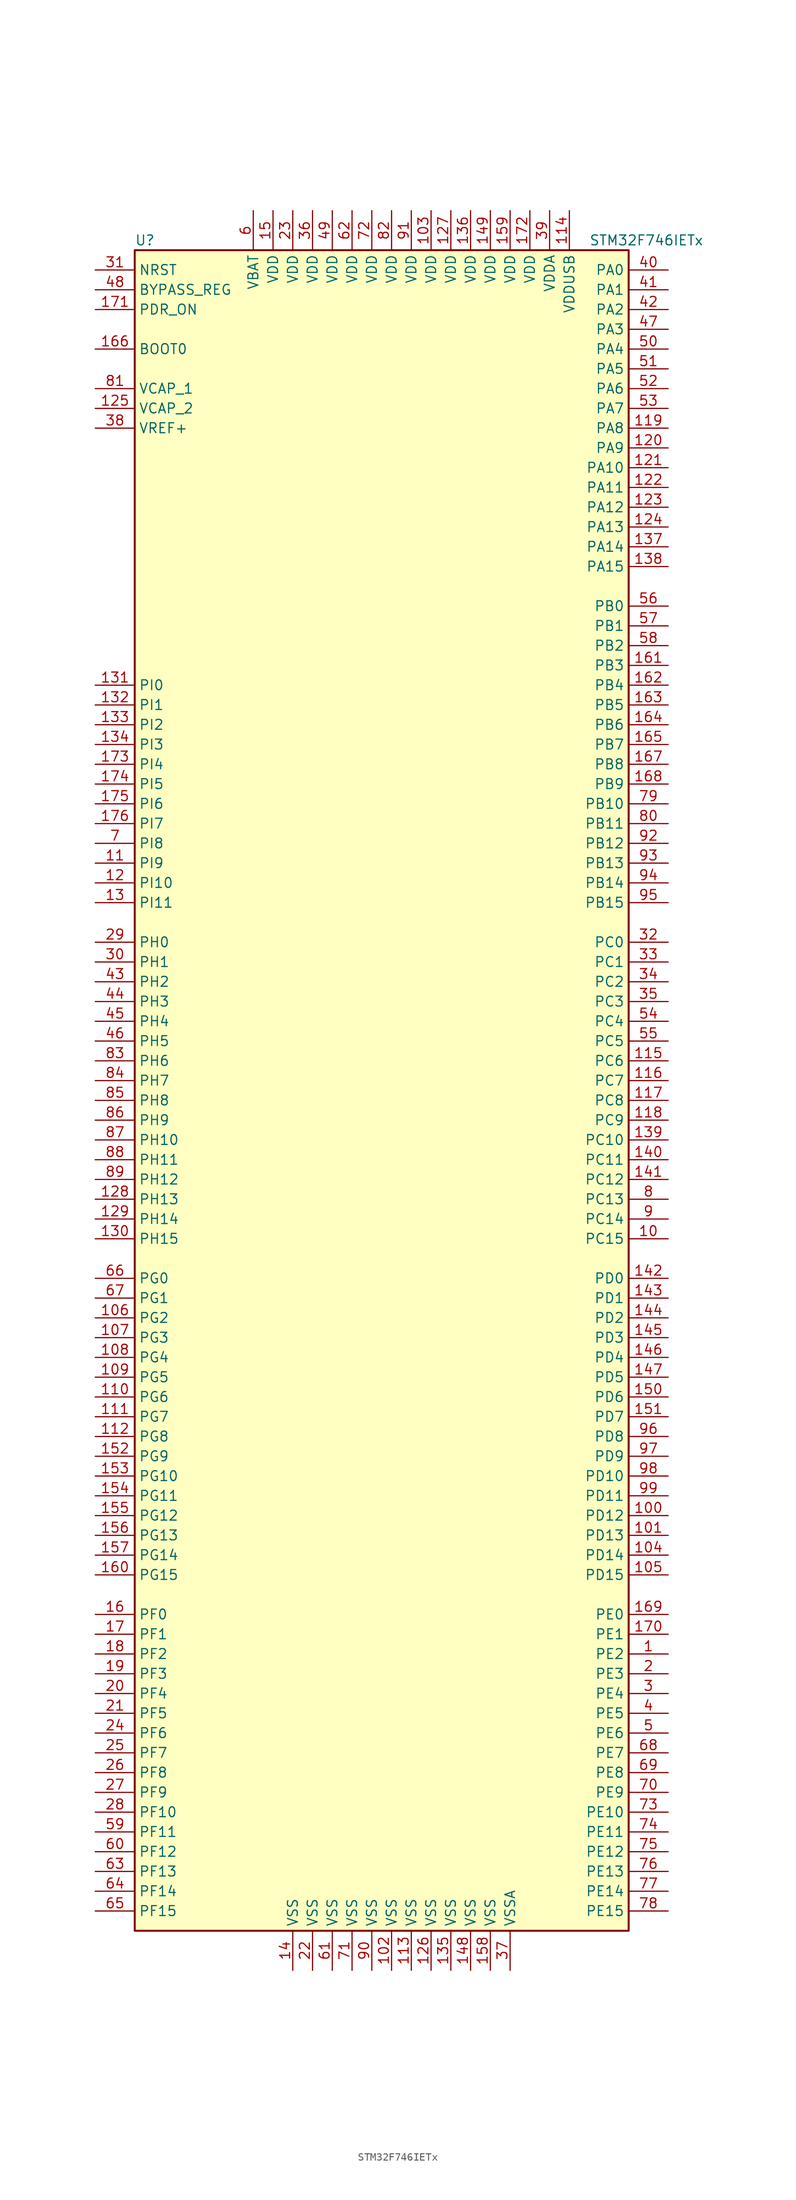
<source format=kicad_sym>
(kicad_symbol_lib
  (version 20220914)
  (generator kicad_symbol_editor)
  (symbol "STM32F746IETx"
    (property "Reference" "U"
      (at -33.02 107.95 0)
      (effects (font (size 1.27 1.27)) (justify left)))
    (property "Value" "STM32F746IETx"
      (at 25.4 107.95 0)
      (effects (font (size 1.27 1.27)) (justify left)))
    (symbol "STM32F746IETx_0_1"
      (rectangle (start -33.02 -109.22) (end 30.48 106.68) (stroke (width 0.254) (type default)) (fill (type background))))
    (symbol "STM32F746IETx_1_1"
      (pin bidirectional line (at 35.56 -73.66 180) (length 5.08) (name "PE2" (effects (font (size 1.27 1.27)))) (number "1" (effects (font (size 1.27 1.27)))))
      (pin bidirectional line (at 35.56 -20.32 180) (length 5.08) (name "PC15" (effects (font (size 1.27 1.27)))) (number "10" (effects (font (size 1.27 1.27)))))
      (pin bidirectional line (at 35.56 -55.88 180) (length 5.08) (name "PD12" (effects (font (size 1.27 1.27)))) (number "100" (effects (font (size 1.27 1.27)))))
      (pin bidirectional line (at 35.56 -58.42 180) (length 5.08) (name "PD13" (effects (font (size 1.27 1.27)))) (number "101" (effects (font (size 1.27 1.27)))))
      (pin power_in line (at 0 -114.3 90) (length 5.08) (name "VSS" (effects (font (size 1.27 1.27)))) (number "102" (effects (font (size 1.27 1.27)))))
      (pin power_in line (at 5.08 111.76 270) (length 5.08) (name "VDD" (effects (font (size 1.27 1.27)))) (number "103" (effects (font (size 1.27 1.27)))))
      (pin bidirectional line (at 35.56 -60.96 180) (length 5.08) (name "PD14" (effects (font (size 1.27 1.27)))) (number "104" (effects (font (size 1.27 1.27)))))
      (pin bidirectional line (at 35.56 -63.5 180) (length 5.08) (name "PD15" (effects (font (size 1.27 1.27)))) (number "105" (effects (font (size 1.27 1.27)))))
      (pin bidirectional line (at -38.1 -30.48 0) (length 5.08) (name "PG2" (effects (font (size 1.27 1.27)))) (number "106" (effects (font (size 1.27 1.27)))))
      (pin bidirectional line (at -38.1 -33.02 0) (length 5.08) (name "PG3" (effects (font (size 1.27 1.27)))) (number "107" (effects (font (size 1.27 1.27)))))
      (pin bidirectional line (at -38.1 -35.56 0) (length 5.08) (name "PG4" (effects (font (size 1.27 1.27)))) (number "108" (effects (font (size 1.27 1.27)))))
      (pin bidirectional line (at -38.1 -38.1 0) (length 5.08) (name "PG5" (effects (font (size 1.27 1.27)))) (number "109" (effects (font (size 1.27 1.27)))))
      (pin bidirectional line (at -38.1 27.94 0) (length 5.08) (name "PI9" (effects (font (size 1.27 1.27)))) (number "11" (effects (font (size 1.27 1.27)))))
      (pin bidirectional line (at -38.1 -40.64 0) (length 5.08) (name "PG6" (effects (font (size 1.27 1.27)))) (number "110" (effects (font (size 1.27 1.27)))))
      (pin bidirectional line (at -38.1 -43.18 0) (length 5.08) (name "PG7" (effects (font (size 1.27 1.27)))) (number "111" (effects (font (size 1.27 1.27)))))
      (pin bidirectional line (at -38.1 -45.72 0) (length 5.08) (name "PG8" (effects (font (size 1.27 1.27)))) (number "112" (effects (font (size 1.27 1.27)))))
      (pin power_in line (at 2.54 -114.3 90) (length 5.08) (name "VSS" (effects (font (size 1.27 1.27)))) (number "113" (effects (font (size 1.27 1.27)))))
      (pin power_in line (at 22.86 111.76 270) (length 5.08) (name "VDDUSB" (effects (font (size 1.27 1.27)))) (number "114" (effects (font (size 1.27 1.27)))))
      (pin bidirectional line (at 35.56 2.54 180) (length 5.08) (name "PC6" (effects (font (size 1.27 1.27)))) (number "115" (effects (font (size 1.27 1.27)))))
      (pin bidirectional line (at 35.56 0 180) (length 5.08) (name "PC7" (effects (font (size 1.27 1.27)))) (number "116" (effects (font (size 1.27 1.27)))))
      (pin bidirectional line (at 35.56 -2.54 180) (length 5.08) (name "PC8" (effects (font (size 1.27 1.27)))) (number "117" (effects (font (size 1.27 1.27)))))
      (pin bidirectional line (at 35.56 -5.08 180) (length 5.08) (name "PC9" (effects (font (size 1.27 1.27)))) (number "118" (effects (font (size 1.27 1.27)))))
      (pin bidirectional line (at 35.56 83.82 180) (length 5.08) (name "PA8" (effects (font (size 1.27 1.27)))) (number "119" (effects (font (size 1.27 1.27)))))
      (pin bidirectional line (at -38.1 25.4 0) (length 5.08) (name "PI10" (effects (font (size 1.27 1.27)))) (number "12" (effects (font (size 1.27 1.27)))))
      (pin bidirectional line (at 35.56 81.28 180) (length 5.08) (name "PA9" (effects (font (size 1.27 1.27)))) (number "120" (effects (font (size 1.27 1.27)))))
      (pin bidirectional line (at 35.56 78.74 180) (length 5.08) (name "PA10" (effects (font (size 1.27 1.27)))) (number "121" (effects (font (size 1.27 1.27)))))
      (pin bidirectional line (at 35.56 76.2 180) (length 5.08) (name "PA11" (effects (font (size 1.27 1.27)))) (number "122" (effects (font (size 1.27 1.27)))))
      (pin bidirectional line (at 35.56 73.66 180) (length 5.08) (name "PA12" (effects (font (size 1.27 1.27)))) (number "123" (effects (font (size 1.27 1.27)))))
      (pin bidirectional line (at 35.56 71.12 180) (length 5.08) (name "PA13" (effects (font (size 1.27 1.27)))) (number "124" (effects (font (size 1.27 1.27)))))
      (pin power_in line (at -38.1 86.36 0) (length 5.08) (name "VCAP_2" (effects (font (size 1.27 1.27)))) (number "125" (effects (font (size 1.27 1.27)))))
      (pin power_in line (at 5.08 -114.3 90) (length 5.08) (name "VSS" (effects (font (size 1.27 1.27)))) (number "126" (effects (font (size 1.27 1.27)))))
      (pin power_in line (at 7.62 111.76 270) (length 5.08) (name "VDD" (effects (font (size 1.27 1.27)))) (number "127" (effects (font (size 1.27 1.27)))))
      (pin bidirectional line (at -38.1 -15.24 0) (length 5.08) (name "PH13" (effects (font (size 1.27 1.27)))) (number "128" (effects (font (size 1.27 1.27)))))
      (pin bidirectional line (at -38.1 -17.78 0) (length 5.08) (name "PH14" (effects (font (size 1.27 1.27)))) (number "129" (effects (font (size 1.27 1.27)))))
      (pin bidirectional line (at -38.1 22.86 0) (length 5.08) (name "PI11" (effects (font (size 1.27 1.27)))) (number "13" (effects (font (size 1.27 1.27)))))
      (pin bidirectional line (at -38.1 -20.32 0) (length 5.08) (name "PH15" (effects (font (size 1.27 1.27)))) (number "130" (effects (font (size 1.27 1.27)))))
      (pin bidirectional line (at -38.1 50.8 0) (length 5.08) (name "PI0" (effects (font (size 1.27 1.27)))) (number "131" (effects (font (size 1.27 1.27)))))
      (pin bidirectional line (at -38.1 48.26 0) (length 5.08) (name "PI1" (effects (font (size 1.27 1.27)))) (number "132" (effects (font (size 1.27 1.27)))))
      (pin bidirectional line (at -38.1 45.72 0) (length 5.08) (name "PI2" (effects (font (size 1.27 1.27)))) (number "133" (effects (font (size 1.27 1.27)))))
      (pin bidirectional line (at -38.1 43.18 0) (length 5.08) (name "PI3" (effects (font (size 1.27 1.27)))) (number "134" (effects (font (size 1.27 1.27)))))
      (pin power_in line (at 7.62 -114.3 90) (length 5.08) (name "VSS" (effects (font (size 1.27 1.27)))) (number "135" (effects (font (size 1.27 1.27)))))
      (pin power_in line (at 10.16 111.76 270) (length 5.08) (name "VDD" (effects (font (size 1.27 1.27)))) (number "136" (effects (font (size 1.27 1.27)))))
      (pin bidirectional line (at 35.56 68.58 180) (length 5.08) (name "PA14" (effects (font (size 1.27 1.27)))) (number "137" (effects (font (size 1.27 1.27)))))
      (pin bidirectional line (at 35.56 66.04 180) (length 5.08) (name "PA15" (effects (font (size 1.27 1.27)))) (number "138" (effects (font (size 1.27 1.27)))))
      (pin bidirectional line (at 35.56 -7.62 180) (length 5.08) (name "PC10" (effects (font (size 1.27 1.27)))) (number "139" (effects (font (size 1.27 1.27)))))
      (pin power_in line (at -12.7 -114.3 90) (length 5.08) (name "VSS" (effects (font (size 1.27 1.27)))) (number "14" (effects (font (size 1.27 1.27)))))
      (pin bidirectional line (at 35.56 -10.16 180) (length 5.08) (name "PC11" (effects (font (size 1.27 1.27)))) (number "140" (effects (font (size 1.27 1.27)))))
      (pin bidirectional line (at 35.56 -12.7 180) (length 5.08) (name "PC12" (effects (font (size 1.27 1.27)))) (number "141" (effects (font (size 1.27 1.27)))))
      (pin bidirectional line (at 35.56 -25.4 180) (length 5.08) (name "PD0" (effects (font (size 1.27 1.27)))) (number "142" (effects (font (size 1.27 1.27)))))
      (pin bidirectional line (at 35.56 -27.94 180) (length 5.08) (name "PD1" (effects (font (size 1.27 1.27)))) (number "143" (effects (font (size 1.27 1.27)))))
      (pin bidirectional line (at 35.56 -30.48 180) (length 5.08) (name "PD2" (effects (font (size 1.27 1.27)))) (number "144" (effects (font (size 1.27 1.27)))))
      (pin bidirectional line (at 35.56 -33.02 180) (length 5.08) (name "PD3" (effects (font (size 1.27 1.27)))) (number "145" (effects (font (size 1.27 1.27)))))
      (pin bidirectional line (at 35.56 -35.56 180) (length 5.08) (name "PD4" (effects (font (size 1.27 1.27)))) (number "146" (effects (font (size 1.27 1.27)))))
      (pin bidirectional line (at 35.56 -38.1 180) (length 5.08) (name "PD5" (effects (font (size 1.27 1.27)))) (number "147" (effects (font (size 1.27 1.27)))))
      (pin power_in line (at 10.16 -114.3 90) (length 5.08) (name "VSS" (effects (font (size 1.27 1.27)))) (number "148" (effects (font (size 1.27 1.27)))))
      (pin power_in line (at 12.7 111.76 270) (length 5.08) (name "VDD" (effects (font (size 1.27 1.27)))) (number "149" (effects (font (size 1.27 1.27)))))
      (pin power_in line (at -15.24 111.76 270) (length 5.08) (name "VDD" (effects (font (size 1.27 1.27)))) (number "15" (effects (font (size 1.27 1.27)))))
      (pin bidirectional line (at 35.56 -40.64 180) (length 5.08) (name "PD6" (effects (font (size 1.27 1.27)))) (number "150" (effects (font (size 1.27 1.27)))))
      (pin bidirectional line (at 35.56 -43.18 180) (length 5.08) (name "PD7" (effects (font (size 1.27 1.27)))) (number "151" (effects (font (size 1.27 1.27)))))
      (pin bidirectional line (at -38.1 -48.26 0) (length 5.08) (name "PG9" (effects (font (size 1.27 1.27)))) (number "152" (effects (font (size 1.27 1.27)))))
      (pin bidirectional line (at -38.1 -50.8 0) (length 5.08) (name "PG10" (effects (font (size 1.27 1.27)))) (number "153" (effects (font (size 1.27 1.27)))))
      (pin bidirectional line (at -38.1 -53.34 0) (length 5.08) (name "PG11" (effects (font (size 1.27 1.27)))) (number "154" (effects (font (size 1.27 1.27)))))
      (pin bidirectional line (at -38.1 -55.88 0) (length 5.08) (name "PG12" (effects (font (size 1.27 1.27)))) (number "155" (effects (font (size 1.27 1.27)))))
      (pin bidirectional line (at -38.1 -58.42 0) (length 5.08) (name "PG13" (effects (font (size 1.27 1.27)))) (number "156" (effects (font (size 1.27 1.27)))))
      (pin bidirectional line (at -38.1 -60.96 0) (length 5.08) (name "PG14" (effects (font (size 1.27 1.27)))) (number "157" (effects (font (size 1.27 1.27)))))
      (pin power_in line (at 12.7 -114.3 90) (length 5.08) (name "VSS" (effects (font (size 1.27 1.27)))) (number "158" (effects (font (size 1.27 1.27)))))
      (pin power_in line (at 15.24 111.76 270) (length 5.08) (name "VDD" (effects (font (size 1.27 1.27)))) (number "159" (effects (font (size 1.27 1.27)))))
      (pin bidirectional line (at -38.1 -68.58 0) (length 5.08) (name "PF0" (effects (font (size 1.27 1.27)))) (number "16" (effects (font (size 1.27 1.27)))))
      (pin bidirectional line (at -38.1 -63.5 0) (length 5.08) (name "PG15" (effects (font (size 1.27 1.27)))) (number "160" (effects (font (size 1.27 1.27)))))
      (pin bidirectional line (at 35.56 53.34 180) (length 5.08) (name "PB3" (effects (font (size 1.27 1.27)))) (number "161" (effects (font (size 1.27 1.27)))))
      (pin bidirectional line (at 35.56 50.8 180) (length 5.08) (name "PB4" (effects (font (size 1.27 1.27)))) (number "162" (effects (font (size 1.27 1.27)))))
      (pin bidirectional line (at 35.56 48.26 180) (length 5.08) (name "PB5" (effects (font (size 1.27 1.27)))) (number "163" (effects (font (size 1.27 1.27)))))
      (pin bidirectional line (at 35.56 45.72 180) (length 5.08) (name "PB6" (effects (font (size 1.27 1.27)))) (number "164" (effects (font (size 1.27 1.27)))))
      (pin bidirectional line (at 35.56 43.18 180) (length 5.08) (name "PB7" (effects (font (size 1.27 1.27)))) (number "165" (effects (font (size 1.27 1.27)))))
      (pin input line (at -38.1 93.98 0) (length 5.08) (name "BOOT0" (effects (font (size 1.27 1.27)))) (number "166" (effects (font (size 1.27 1.27)))))
      (pin bidirectional line (at 35.56 40.64 180) (length 5.08) (name "PB8" (effects (font (size 1.27 1.27)))) (number "167" (effects (font (size 1.27 1.27)))))
      (pin bidirectional line (at 35.56 38.1 180) (length 5.08) (name "PB9" (effects (font (size 1.27 1.27)))) (number "168" (effects (font (size 1.27 1.27)))))
      (pin bidirectional line (at 35.56 -68.58 180) (length 5.08) (name "PE0" (effects (font (size 1.27 1.27)))) (number "169" (effects (font (size 1.27 1.27)))))
      (pin bidirectional line (at -38.1 -71.12 0) (length 5.08) (name "PF1" (effects (font (size 1.27 1.27)))) (number "17" (effects (font (size 1.27 1.27)))))
      (pin bidirectional line (at 35.56 -71.12 180) (length 5.08) (name "PE1" (effects (font (size 1.27 1.27)))) (number "170" (effects (font (size 1.27 1.27)))))
      (pin input line (at -38.1 99.06 0) (length 5.08) (name "PDR_ON" (effects (font (size 1.27 1.27)))) (number "171" (effects (font (size 1.27 1.27)))))
      (pin power_in line (at 17.78 111.76 270) (length 5.08) (name "VDD" (effects (font (size 1.27 1.27)))) (number "172" (effects (font (size 1.27 1.27)))))
      (pin bidirectional line (at -38.1 40.64 0) (length 5.08) (name "PI4" (effects (font (size 1.27 1.27)))) (number "173" (effects (font (size 1.27 1.27)))))
      (pin bidirectional line (at -38.1 38.1 0) (length 5.08) (name "PI5" (effects (font (size 1.27 1.27)))) (number "174" (effects (font (size 1.27 1.27)))))
      (pin bidirectional line (at -38.1 35.56 0) (length 5.08) (name "PI6" (effects (font (size 1.27 1.27)))) (number "175" (effects (font (size 1.27 1.27)))))
      (pin bidirectional line (at -38.1 33.02 0) (length 5.08) (name "PI7" (effects (font (size 1.27 1.27)))) (number "176" (effects (font (size 1.27 1.27)))))
      (pin bidirectional line (at -38.1 -73.66 0) (length 5.08) (name "PF2" (effects (font (size 1.27 1.27)))) (number "18" (effects (font (size 1.27 1.27)))))
      (pin bidirectional line (at -38.1 -76.2 0) (length 5.08) (name "PF3" (effects (font (size 1.27 1.27)))) (number "19" (effects (font (size 1.27 1.27)))))
      (pin bidirectional line (at 35.56 -76.2 180) (length 5.08) (name "PE3" (effects (font (size 1.27 1.27)))) (number "2" (effects (font (size 1.27 1.27)))))
      (pin bidirectional line (at -38.1 -78.74 0) (length 5.08) (name "PF4" (effects (font (size 1.27 1.27)))) (number "20" (effects (font (size 1.27 1.27)))))
      (pin bidirectional line (at -38.1 -81.28 0) (length 5.08) (name "PF5" (effects (font (size 1.27 1.27)))) (number "21" (effects (font (size 1.27 1.27)))))
      (pin power_in line (at -10.16 -114.3 90) (length 5.08) (name "VSS" (effects (font (size 1.27 1.27)))) (number "22" (effects (font (size 1.27 1.27)))))
      (pin power_in line (at -12.7 111.76 270) (length 5.08) (name "VDD" (effects (font (size 1.27 1.27)))) (number "23" (effects (font (size 1.27 1.27)))))
      (pin bidirectional line (at -38.1 -83.82 0) (length 5.08) (name "PF6" (effects (font (size 1.27 1.27)))) (number "24" (effects (font (size 1.27 1.27)))))
      (pin bidirectional line (at -38.1 -86.36 0) (length 5.08) (name "PF7" (effects (font (size 1.27 1.27)))) (number "25" (effects (font (size 1.27 1.27)))))
      (pin bidirectional line (at -38.1 -88.9 0) (length 5.08) (name "PF8" (effects (font (size 1.27 1.27)))) (number "26" (effects (font (size 1.27 1.27)))))
      (pin bidirectional line (at -38.1 -91.44 0) (length 5.08) (name "PF9" (effects (font (size 1.27 1.27)))) (number "27" (effects (font (size 1.27 1.27)))))
      (pin bidirectional line (at -38.1 -93.98 0) (length 5.08) (name "PF10" (effects (font (size 1.27 1.27)))) (number "28" (effects (font (size 1.27 1.27)))))
      (pin input line (at -38.1 17.78 0) (length 5.08) (name "PH0" (effects (font (size 1.27 1.27)))) (number "29" (effects (font (size 1.27 1.27)))))
      (pin bidirectional line (at 35.56 -78.74 180) (length 5.08) (name "PE4" (effects (font (size 1.27 1.27)))) (number "3" (effects (font (size 1.27 1.27)))))
      (pin input line (at -38.1 15.24 0) (length 5.08) (name "PH1" (effects (font (size 1.27 1.27)))) (number "30" (effects (font (size 1.27 1.27)))))
      (pin input line (at -38.1 104.14 0) (length 5.08) (name "NRST" (effects (font (size 1.27 1.27)))) (number "31" (effects (font (size 1.27 1.27)))))
      (pin bidirectional line (at 35.56 17.78 180) (length 5.08) (name "PC0" (effects (font (size 1.27 1.27)))) (number "32" (effects (font (size 1.27 1.27)))))
      (pin bidirectional line (at 35.56 15.24 180) (length 5.08) (name "PC1" (effects (font (size 1.27 1.27)))) (number "33" (effects (font (size 1.27 1.27)))))
      (pin bidirectional line (at 35.56 12.7 180) (length 5.08) (name "PC2" (effects (font (size 1.27 1.27)))) (number "34" (effects (font (size 1.27 1.27)))))
      (pin bidirectional line (at 35.56 10.16 180) (length 5.08) (name "PC3" (effects (font (size 1.27 1.27)))) (number "35" (effects (font (size 1.27 1.27)))))
      (pin power_in line (at -10.16 111.76 270) (length 5.08) (name "VDD" (effects (font (size 1.27 1.27)))) (number "36" (effects (font (size 1.27 1.27)))))
      (pin power_in line (at 15.24 -114.3 90) (length 5.08) (name "VSSA" (effects (font (size 1.27 1.27)))) (number "37" (effects (font (size 1.27 1.27)))))
      (pin power_in line (at -38.1 83.82 0) (length 5.08) (name "VREF+" (effects (font (size 1.27 1.27)))) (number "38" (effects (font (size 1.27 1.27)))))
      (pin power_in line (at 20.32 111.76 270) (length 5.08) (name "VDDA" (effects (font (size 1.27 1.27)))) (number "39" (effects (font (size 1.27 1.27)))))
      (pin bidirectional line (at 35.56 -81.28 180) (length 5.08) (name "PE5" (effects (font (size 1.27 1.27)))) (number "4" (effects (font (size 1.27 1.27)))))
      (pin bidirectional line (at 35.56 104.14 180) (length 5.08) (name "PA0" (effects (font (size 1.27 1.27)))) (number "40" (effects (font (size 1.27 1.27)))))
      (pin bidirectional line (at 35.56 101.6 180) (length 5.08) (name "PA1" (effects (font (size 1.27 1.27)))) (number "41" (effects (font (size 1.27 1.27)))))
      (pin bidirectional line (at 35.56 99.06 180) (length 5.08) (name "PA2" (effects (font (size 1.27 1.27)))) (number "42" (effects (font (size 1.27 1.27)))))
      (pin bidirectional line (at -38.1 12.7 0) (length 5.08) (name "PH2" (effects (font (size 1.27 1.27)))) (number "43" (effects (font (size 1.27 1.27)))))
      (pin bidirectional line (at -38.1 10.16 0) (length 5.08) (name "PH3" (effects (font (size 1.27 1.27)))) (number "44" (effects (font (size 1.27 1.27)))))
      (pin bidirectional line (at -38.1 7.62 0) (length 5.08) (name "PH4" (effects (font (size 1.27 1.27)))) (number "45" (effects (font (size 1.27 1.27)))))
      (pin bidirectional line (at -38.1 5.08 0) (length 5.08) (name "PH5" (effects (font (size 1.27 1.27)))) (number "46" (effects (font (size 1.27 1.27)))))
      (pin bidirectional line (at 35.56 96.52 180) (length 5.08) (name "PA3" (effects (font (size 1.27 1.27)))) (number "47" (effects (font (size 1.27 1.27)))))
      (pin input line (at -38.1 101.6 0) (length 5.08) (name "BYPASS_REG" (effects (font (size 1.27 1.27)))) (number "48" (effects (font (size 1.27 1.27)))))
      (pin power_in line (at -7.62 111.76 270) (length 5.08) (name "VDD" (effects (font (size 1.27 1.27)))) (number "49" (effects (font (size 1.27 1.27)))))
      (pin bidirectional line (at 35.56 -83.82 180) (length 5.08) (name "PE6" (effects (font (size 1.27 1.27)))) (number "5" (effects (font (size 1.27 1.27)))))
      (pin bidirectional line (at 35.56 93.98 180) (length 5.08) (name "PA4" (effects (font (size 1.27 1.27)))) (number "50" (effects (font (size 1.27 1.27)))))
      (pin bidirectional line (at 35.56 91.44 180) (length 5.08) (name "PA5" (effects (font (size 1.27 1.27)))) (number "51" (effects (font (size 1.27 1.27)))))
      (pin bidirectional line (at 35.56 88.9 180) (length 5.08) (name "PA6" (effects (font (size 1.27 1.27)))) (number "52" (effects (font (size 1.27 1.27)))))
      (pin bidirectional line (at 35.56 86.36 180) (length 5.08) (name "PA7" (effects (font (size 1.27 1.27)))) (number "53" (effects (font (size 1.27 1.27)))))
      (pin bidirectional line (at 35.56 7.62 180) (length 5.08) (name "PC4" (effects (font (size 1.27 1.27)))) (number "54" (effects (font (size 1.27 1.27)))))
      (pin bidirectional line (at 35.56 5.08 180) (length 5.08) (name "PC5" (effects (font (size 1.27 1.27)))) (number "55" (effects (font (size 1.27 1.27)))))
      (pin bidirectional line (at 35.56 60.96 180) (length 5.08) (name "PB0" (effects (font (size 1.27 1.27)))) (number "56" (effects (font (size 1.27 1.27)))))
      (pin bidirectional line (at 35.56 58.42 180) (length 5.08) (name "PB1" (effects (font (size 1.27 1.27)))) (number "57" (effects (font (size 1.27 1.27)))))
      (pin bidirectional line (at 35.56 55.88 180) (length 5.08) (name "PB2" (effects (font (size 1.27 1.27)))) (number "58" (effects (font (size 1.27 1.27)))))
      (pin bidirectional line (at -38.1 -96.52 0) (length 5.08) (name "PF11" (effects (font (size 1.27 1.27)))) (number "59" (effects (font (size 1.27 1.27)))))
      (pin power_in line (at -17.78 111.76 270) (length 5.08) (name "VBAT" (effects (font (size 1.27 1.27)))) (number "6" (effects (font (size 1.27 1.27)))))
      (pin bidirectional line (at -38.1 -99.06 0) (length 5.08) (name "PF12" (effects (font (size 1.27 1.27)))) (number "60" (effects (font (size 1.27 1.27)))))
      (pin power_in line (at -7.62 -114.3 90) (length 5.08) (name "VSS" (effects (font (size 1.27 1.27)))) (number "61" (effects (font (size 1.27 1.27)))))
      (pin power_in line (at -5.08 111.76 270) (length 5.08) (name "VDD" (effects (font (size 1.27 1.27)))) (number "62" (effects (font (size 1.27 1.27)))))
      (pin bidirectional line (at -38.1 -101.6 0) (length 5.08) (name "PF13" (effects (font (size 1.27 1.27)))) (number "63" (effects (font (size 1.27 1.27)))))
      (pin bidirectional line (at -38.1 -104.14 0) (length 5.08) (name "PF14" (effects (font (size 1.27 1.27)))) (number "64" (effects (font (size 1.27 1.27)))))
      (pin bidirectional line (at -38.1 -106.68 0) (length 5.08) (name "PF15" (effects (font (size 1.27 1.27)))) (number "65" (effects (font (size 1.27 1.27)))))
      (pin bidirectional line (at -38.1 -25.4 0) (length 5.08) (name "PG0" (effects (font (size 1.27 1.27)))) (number "66" (effects (font (size 1.27 1.27)))))
      (pin bidirectional line (at -38.1 -27.94 0) (length 5.08) (name "PG1" (effects (font (size 1.27 1.27)))) (number "67" (effects (font (size 1.27 1.27)))))
      (pin bidirectional line (at 35.56 -86.36 180) (length 5.08) (name "PE7" (effects (font (size 1.27 1.27)))) (number "68" (effects (font (size 1.27 1.27)))))
      (pin bidirectional line (at 35.56 -88.9 180) (length 5.08) (name "PE8" (effects (font (size 1.27 1.27)))) (number "69" (effects (font (size 1.27 1.27)))))
      (pin bidirectional line (at -38.1 30.48 0) (length 5.08) (name "PI8" (effects (font (size 1.27 1.27)))) (number "7" (effects (font (size 1.27 1.27)))))
      (pin bidirectional line (at 35.56 -91.44 180) (length 5.08) (name "PE9" (effects (font (size 1.27 1.27)))) (number "70" (effects (font (size 1.27 1.27)))))
      (pin power_in line (at -5.08 -114.3 90) (length 5.08) (name "VSS" (effects (font (size 1.27 1.27)))) (number "71" (effects (font (size 1.27 1.27)))))
      (pin power_in line (at -2.54 111.76 270) (length 5.08) (name "VDD" (effects (font (size 1.27 1.27)))) (number "72" (effects (font (size 1.27 1.27)))))
      (pin bidirectional line (at 35.56 -93.98 180) (length 5.08) (name "PE10" (effects (font (size 1.27 1.27)))) (number "73" (effects (font (size 1.27 1.27)))))
      (pin bidirectional line (at 35.56 -96.52 180) (length 5.08) (name "PE11" (effects (font (size 1.27 1.27)))) (number "74" (effects (font (size 1.27 1.27)))))
      (pin bidirectional line (at 35.56 -99.06 180) (length 5.08) (name "PE12" (effects (font (size 1.27 1.27)))) (number "75" (effects (font (size 1.27 1.27)))))
      (pin bidirectional line (at 35.56 -101.6 180) (length 5.08) (name "PE13" (effects (font (size 1.27 1.27)))) (number "76" (effects (font (size 1.27 1.27)))))
      (pin bidirectional line (at 35.56 -104.14 180) (length 5.08) (name "PE14" (effects (font (size 1.27 1.27)))) (number "77" (effects (font (size 1.27 1.27)))))
      (pin bidirectional line (at 35.56 -106.68 180) (length 5.08) (name "PE15" (effects (font (size 1.27 1.27)))) (number "78" (effects (font (size 1.27 1.27)))))
      (pin bidirectional line (at 35.56 35.56 180) (length 5.08) (name "PB10" (effects (font (size 1.27 1.27)))) (number "79" (effects (font (size 1.27 1.27)))))
      (pin bidirectional line (at 35.56 -15.24 180) (length 5.08) (name "PC13" (effects (font (size 1.27 1.27)))) (number "8" (effects (font (size 1.27 1.27)))))
      (pin bidirectional line (at 35.56 33.02 180) (length 5.08) (name "PB11" (effects (font (size 1.27 1.27)))) (number "80" (effects (font (size 1.27 1.27)))))
      (pin power_in line (at -38.1 88.9 0) (length 5.08) (name "VCAP_1" (effects (font (size 1.27 1.27)))) (number "81" (effects (font (size 1.27 1.27)))))
      (pin power_in line (at 0 111.76 270) (length 5.08) (name "VDD" (effects (font (size 1.27 1.27)))) (number "82" (effects (font (size 1.27 1.27)))))
      (pin bidirectional line (at -38.1 2.54 0) (length 5.08) (name "PH6" (effects (font (size 1.27 1.27)))) (number "83" (effects (font (size 1.27 1.27)))))
      (pin bidirectional line (at -38.1 0 0) (length 5.08) (name "PH7" (effects (font (size 1.27 1.27)))) (number "84" (effects (font (size 1.27 1.27)))))
      (pin bidirectional line (at -38.1 -2.54 0) (length 5.08) (name "PH8" (effects (font (size 1.27 1.27)))) (number "85" (effects (font (size 1.27 1.27)))))
      (pin bidirectional line (at -38.1 -5.08 0) (length 5.08) (name "PH9" (effects (font (size 1.27 1.27)))) (number "86" (effects (font (size 1.27 1.27)))))
      (pin bidirectional line (at -38.1 -7.62 0) (length 5.08) (name "PH10" (effects (font (size 1.27 1.27)))) (number "87" (effects (font (size 1.27 1.27)))))
      (pin bidirectional line (at -38.1 -10.16 0) (length 5.08) (name "PH11" (effects (font (size 1.27 1.27)))) (number "88" (effects (font (size 1.27 1.27)))))
      (pin bidirectional line (at -38.1 -12.7 0) (length 5.08) (name "PH12" (effects (font (size 1.27 1.27)))) (number "89" (effects (font (size 1.27 1.27)))))
      (pin bidirectional line (at 35.56 -17.78 180) (length 5.08) (name "PC14" (effects (font (size 1.27 1.27)))) (number "9" (effects (font (size 1.27 1.27)))))
      (pin power_in line (at -2.54 -114.3 90) (length 5.08) (name "VSS" (effects (font (size 1.27 1.27)))) (number "90" (effects (font (size 1.27 1.27)))))
      (pin power_in line (at 2.54 111.76 270) (length 5.08) (name "VDD" (effects (font (size 1.27 1.27)))) (number "91" (effects (font (size 1.27 1.27)))))
      (pin bidirectional line (at 35.56 30.48 180) (length 5.08) (name "PB12" (effects (font (size 1.27 1.27)))) (number "92" (effects (font (size 1.27 1.27)))))
      (pin bidirectional line (at 35.56 27.94 180) (length 5.08) (name "PB13" (effects (font (size 1.27 1.27)))) (number "93" (effects (font (size 1.27 1.27)))))
      (pin bidirectional line (at 35.56 25.4 180) (length 5.08) (name "PB14" (effects (font (size 1.27 1.27)))) (number "94" (effects (font (size 1.27 1.27)))))
      (pin bidirectional line (at 35.56 22.86 180) (length 5.08) (name "PB15" (effects (font (size 1.27 1.27)))) (number "95" (effects (font (size 1.27 1.27)))))
      (pin bidirectional line (at 35.56 -45.72 180) (length 5.08) (name "PD8" (effects (font (size 1.27 1.27)))) (number "96" (effects (font (size 1.27 1.27)))))
      (pin bidirectional line (at 35.56 -48.26 180) (length 5.08) (name "PD9" (effects (font (size 1.27 1.27)))) (number "97" (effects (font (size 1.27 1.27)))))
      (pin bidirectional line (at 35.56 -50.8 180) (length 5.08) (name "PD10" (effects (font (size 1.27 1.27)))) (number "98" (effects (font (size 1.27 1.27)))))
      (pin bidirectional line (at 35.56 -53.34 180) (length 5.08) (name "PD11" (effects (font (size 1.27 1.27)))) (number "99" (effects (font (size 1.27 1.27))))))))
</source>
